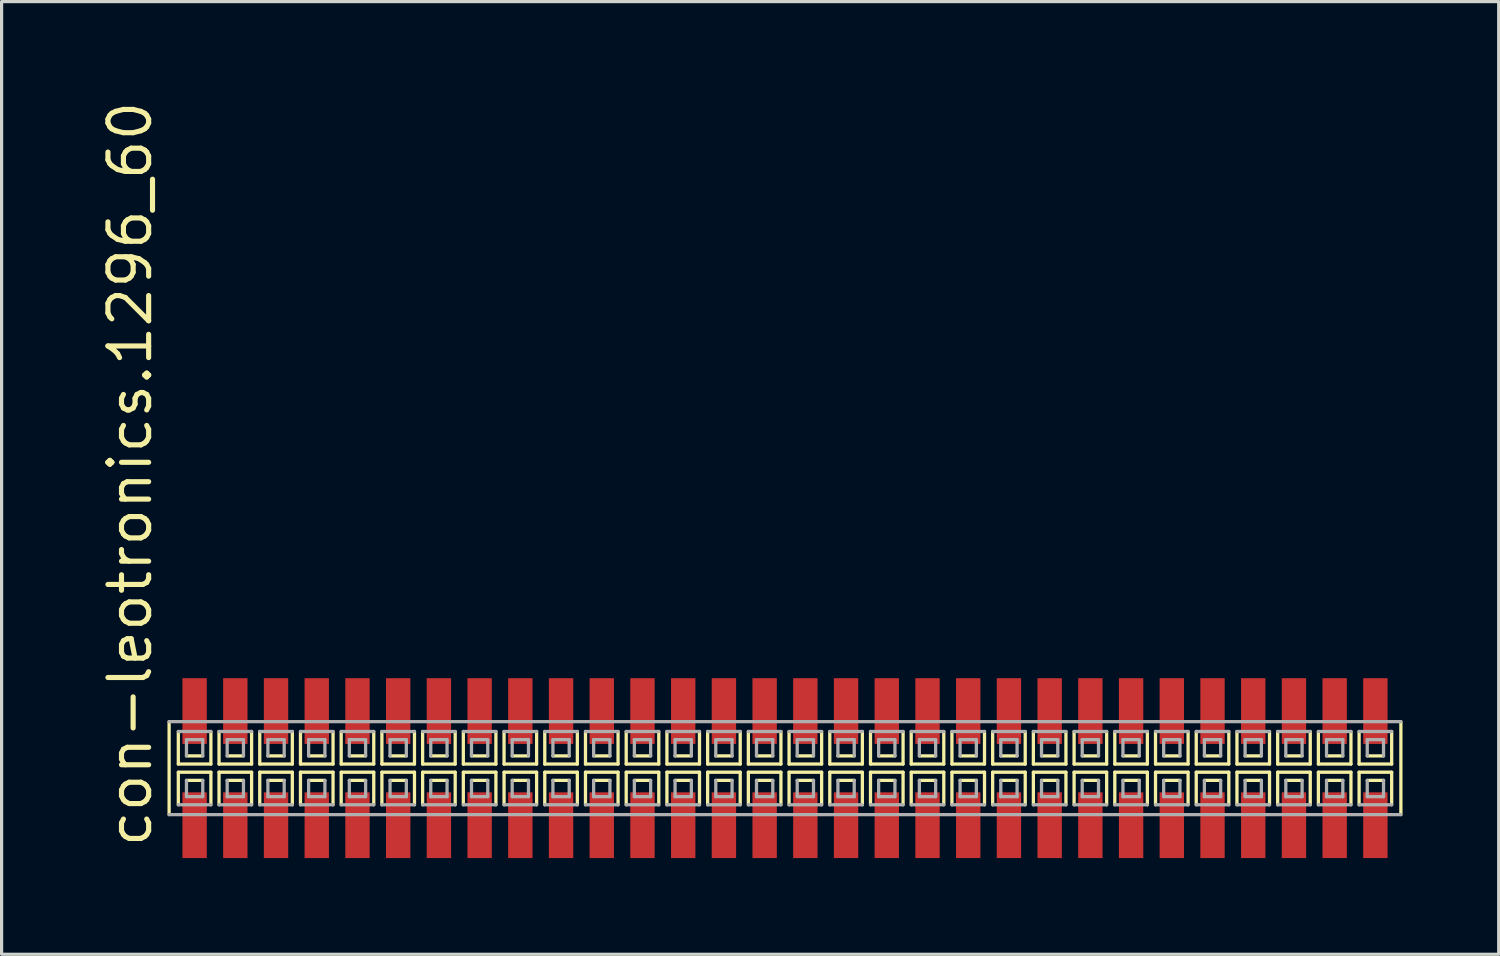
<source format=kicad_pcb>
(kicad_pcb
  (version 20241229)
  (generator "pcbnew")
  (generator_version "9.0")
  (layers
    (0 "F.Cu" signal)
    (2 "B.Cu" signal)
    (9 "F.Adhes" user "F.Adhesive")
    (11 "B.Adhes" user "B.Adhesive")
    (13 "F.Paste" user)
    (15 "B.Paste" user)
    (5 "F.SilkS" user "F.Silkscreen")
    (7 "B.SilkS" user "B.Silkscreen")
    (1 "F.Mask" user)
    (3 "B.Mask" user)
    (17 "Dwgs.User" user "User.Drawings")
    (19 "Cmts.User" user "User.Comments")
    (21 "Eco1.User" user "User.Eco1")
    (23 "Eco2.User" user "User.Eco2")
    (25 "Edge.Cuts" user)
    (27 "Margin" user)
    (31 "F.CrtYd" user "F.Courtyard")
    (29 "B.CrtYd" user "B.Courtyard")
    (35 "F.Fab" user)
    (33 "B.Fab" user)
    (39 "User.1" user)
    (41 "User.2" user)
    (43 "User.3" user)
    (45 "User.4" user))
  (footprint "con-leotronics.1296_60"
    (layer "F.Cu")
    (at 21.435 20.909)
    (property "Reference" "con-leotronics.1296_60" (at -19.685 2.54 90) (layer "F.SilkS") (effects (font (size 1.27 1.27) (thickness 0.16)) (justify left bottom)))
    (attr smd)
    (fp_line (start -19.21 -1.45) (end -19.21 1.45) (stroke (width 0.102) (type default)) (layer "F.SilkS"))
    (fp_line (start -18.923 -1.143) (end -18.923 -0.127) (stroke (width 0.102) (type default)) (layer "F.SilkS"))
    (fp_line (start -18.923 -0.127) (end -17.907 -0.127) (stroke (width 0.102) (type default)) (layer "F.SilkS"))
    (fp_line (start -18.923 0.127) (end -18.923 1.143) (stroke (width 0.102) (type default)) (layer "F.SilkS"))
    (fp_line (start -18.669 -0.381) (end -18.161 -0.381) (stroke (width 0.102) (type default)) (layer "F.SilkS"))
    (fp_line (start -18.161 0.381) (end -18.669 0.381) (stroke (width 0.102) (type default)) (layer "F.SilkS"))
    (fp_line (start -17.907 -0.127) (end -17.907 -1.143) (stroke (width 0.102) (type default)) (layer "F.SilkS"))
    (fp_line (start -17.907 0.127) (end -18.923 0.127) (stroke (width 0.102) (type default)) (layer "F.SilkS"))
    (fp_line (start -17.907 1.143) (end -17.907 0.127) (stroke (width 0.102) (type default)) (layer "F.SilkS"))
    (fp_line (start -17.653 -1.143) (end -17.653 -0.127) (stroke (width 0.102) (type default)) (layer "F.SilkS"))
    (fp_line (start -17.653 -0.127) (end -16.637 -0.127) (stroke (width 0.102) (type default)) (layer "F.SilkS"))
    (fp_line (start -17.653 0.127) (end -17.653 1.143) (stroke (width 0.102) (type default)) (layer "F.SilkS"))
    (fp_line (start -17.399 -0.381) (end -16.891 -0.381) (stroke (width 0.102) (type default)) (layer "F.SilkS"))
    (fp_line (start -16.891 0.381) (end -17.399 0.381) (stroke (width 0.102) (type default)) (layer "F.SilkS"))
    (fp_line (start -16.637 -0.127) (end -16.637 -1.143) (stroke (width 0.102) (type default)) (layer "F.SilkS"))
    (fp_line (start -16.637 0.127) (end -17.653 0.127) (stroke (width 0.102) (type default)) (layer "F.SilkS"))
    (fp_line (start -16.637 1.143) (end -16.637 0.127) (stroke (width 0.102) (type default)) (layer "F.SilkS"))
    (fp_line (start -16.383 -1.143) (end -16.383 -0.127) (stroke (width 0.102) (type default)) (layer "F.SilkS"))
    (fp_line (start -16.383 -0.127) (end -15.367 -0.127) (stroke (width 0.102) (type default)) (layer "F.SilkS"))
    (fp_line (start -16.383 0.127) (end -16.383 1.143) (stroke (width 0.102) (type default)) (layer "F.SilkS"))
    (fp_line (start -16.129 -0.381) (end -15.621 -0.381) (stroke (width 0.102) (type default)) (layer "F.SilkS"))
    (fp_line (start -15.621 0.381) (end -16.129 0.381) (stroke (width 0.102) (type default)) (layer "F.SilkS"))
    (fp_line (start -15.367 -0.127) (end -15.367 -1.143) (stroke (width 0.102) (type default)) (layer "F.SilkS"))
    (fp_line (start -15.367 0.127) (end -16.383 0.127) (stroke (width 0.102) (type default)) (layer "F.SilkS"))
    (fp_line (start -15.367 1.143) (end -15.367 0.127) (stroke (width 0.102) (type default)) (layer "F.SilkS"))
    (fp_line (start -15.113 -1.143) (end -15.113 -0.127) (stroke (width 0.102) (type default)) (layer "F.SilkS"))
    (fp_line (start -15.113 -0.127) (end -14.097 -0.127) (stroke (width 0.102) (type default)) (layer "F.SilkS"))
    (fp_line (start -15.113 0.127) (end -15.113 1.143) (stroke (width 0.102) (type default)) (layer "F.SilkS"))
    (fp_line (start -14.859 -0.381) (end -14.351 -0.381) (stroke (width 0.102) (type default)) (layer "F.SilkS"))
    (fp_line (start -14.351 0.381) (end -14.859 0.381) (stroke (width 0.102) (type default)) (layer "F.SilkS"))
    (fp_line (start -14.097 -0.127) (end -14.097 -1.143) (stroke (width 0.102) (type default)) (layer "F.SilkS"))
    (fp_line (start -14.097 0.127) (end -15.113 0.127) (stroke (width 0.102) (type default)) (layer "F.SilkS"))
    (fp_line (start -14.097 1.143) (end -14.097 0.127) (stroke (width 0.102) (type default)) (layer "F.SilkS"))
    (fp_line (start -13.843 -1.143) (end -13.843 -0.127) (stroke (width 0.102) (type default)) (layer "F.SilkS"))
    (fp_line (start -13.843 -0.127) (end -12.827 -0.127) (stroke (width 0.102) (type default)) (layer "F.SilkS"))
    (fp_line (start -13.843 0.127) (end -13.843 1.143) (stroke (width 0.102) (type default)) (layer "F.SilkS"))
    (fp_line (start -13.589 -0.381) (end -13.081 -0.381) (stroke (width 0.102) (type default)) (layer "F.SilkS"))
    (fp_line (start -13.081 0.381) (end -13.589 0.381) (stroke (width 0.102) (type default)) (layer "F.SilkS"))
    (fp_line (start -12.827 -0.127) (end -12.827 -1.143) (stroke (width 0.102) (type default)) (layer "F.SilkS"))
    (fp_line (start -12.827 0.127) (end -13.843 0.127) (stroke (width 0.102) (type default)) (layer "F.SilkS"))
    (fp_line (start -12.827 1.143) (end -12.827 0.127) (stroke (width 0.102) (type default)) (layer "F.SilkS"))
    (fp_line (start -12.573 -1.143) (end -12.573 -0.127) (stroke (width 0.102) (type default)) (layer "F.SilkS"))
    (fp_line (start -12.573 -0.127) (end -11.557 -0.127) (stroke (width 0.102) (type default)) (layer "F.SilkS"))
    (fp_line (start -12.573 0.127) (end -12.573 1.143) (stroke (width 0.102) (type default)) (layer "F.SilkS"))
    (fp_line (start -12.319 -0.381) (end -11.811 -0.381) (stroke (width 0.102) (type default)) (layer "F.SilkS"))
    (fp_line (start -11.811 0.381) (end -12.319 0.381) (stroke (width 0.102) (type default)) (layer "F.SilkS"))
    (fp_line (start -11.557 -0.127) (end -11.557 -1.143) (stroke (width 0.102) (type default)) (layer "F.SilkS"))
    (fp_line (start -11.557 0.127) (end -12.573 0.127) (stroke (width 0.102) (type default)) (layer "F.SilkS"))
    (fp_line (start -11.557 1.143) (end -11.557 0.127) (stroke (width 0.102) (type default)) (layer "F.SilkS"))
    (fp_line (start -11.303 -1.143) (end -11.303 -0.127) (stroke (width 0.102) (type default)) (layer "F.SilkS"))
    (fp_line (start -11.303 -0.127) (end -10.287 -0.127) (stroke (width 0.102) (type default)) (layer "F.SilkS"))
    (fp_line (start -11.303 0.127) (end -11.303 1.143) (stroke (width 0.102) (type default)) (layer "F.SilkS"))
    (fp_line (start -11.049 -0.381) (end -10.541 -0.381) (stroke (width 0.102) (type default)) (layer "F.SilkS"))
    (fp_line (start -10.541 0.381) (end -11.049 0.381) (stroke (width 0.102) (type default)) (layer "F.SilkS"))
    (fp_line (start -10.287 -0.127) (end -10.287 -1.143) (stroke (width 0.102) (type default)) (layer "F.SilkS"))
    (fp_line (start -10.287 0.127) (end -11.303 0.127) (stroke (width 0.102) (type default)) (layer "F.SilkS"))
    (fp_line (start -10.287 1.143) (end -10.287 0.127) (stroke (width 0.102) (type default)) (layer "F.SilkS"))
    (fp_line (start -10.033 -1.143) (end -10.033 -0.127) (stroke (width 0.102) (type default)) (layer "F.SilkS"))
    (fp_line (start -10.033 -0.127) (end -9.017 -0.127) (stroke (width 0.102) (type default)) (layer "F.SilkS"))
    (fp_line (start -10.033 0.127) (end -10.033 1.143) (stroke (width 0.102) (type default)) (layer "F.SilkS"))
    (fp_line (start -9.779 -0.381) (end -9.271 -0.381) (stroke (width 0.102) (type default)) (layer "F.SilkS"))
    (fp_line (start -9.271 0.381) (end -9.779 0.381) (stroke (width 0.102) (type default)) (layer "F.SilkS"))
    (fp_line (start -9.017 -0.127) (end -9.017 -1.143) (stroke (width 0.102) (type default)) (layer "F.SilkS"))
    (fp_line (start -9.017 0.127) (end -10.033 0.127) (stroke (width 0.102) (type default)) (layer "F.SilkS"))
    (fp_line (start -9.017 1.143) (end -9.017 0.127) (stroke (width 0.102) (type default)) (layer "F.SilkS"))
    (fp_line (start -8.763 -1.143) (end -8.763 -0.127) (stroke (width 0.102) (type default)) (layer "F.SilkS"))
    (fp_line (start -8.763 -0.127) (end -7.747 -0.127) (stroke (width 0.102) (type default)) (layer "F.SilkS"))
    (fp_line (start -8.763 0.127) (end -8.763 1.143) (stroke (width 0.102) (type default)) (layer "F.SilkS"))
    (fp_line (start -8.509 -0.381) (end -8.001 -0.381) (stroke (width 0.102) (type default)) (layer "F.SilkS"))
    (fp_line (start -8.001 0.381) (end -8.509 0.381) (stroke (width 0.102) (type default)) (layer "F.SilkS"))
    (fp_line (start -7.747 -0.127) (end -7.747 -1.143) (stroke (width 0.102) (type default)) (layer "F.SilkS"))
    (fp_line (start -7.747 0.127) (end -8.763 0.127) (stroke (width 0.102) (type default)) (layer "F.SilkS"))
    (fp_line (start -7.747 1.143) (end -7.747 0.127) (stroke (width 0.102) (type default)) (layer "F.SilkS"))
    (fp_line (start -7.493 -1.143) (end -7.493 -0.127) (stroke (width 0.102) (type default)) (layer "F.SilkS"))
    (fp_line (start -7.493 -0.127) (end -6.477 -0.127) (stroke (width 0.102) (type default)) (layer "F.SilkS"))
    (fp_line (start -7.493 0.127) (end -7.493 1.143) (stroke (width 0.102) (type default)) (layer "F.SilkS"))
    (fp_line (start -7.239 -0.381) (end -6.731 -0.381) (stroke (width 0.102) (type default)) (layer "F.SilkS"))
    (fp_line (start -6.731 0.381) (end -7.239 0.381) (stroke (width 0.102) (type default)) (layer "F.SilkS"))
    (fp_line (start -6.477 -0.127) (end -6.477 -1.143) (stroke (width 0.102) (type default)) (layer "F.SilkS"))
    (fp_line (start -6.477 0.127) (end -7.493 0.127) (stroke (width 0.102) (type default)) (layer "F.SilkS"))
    (fp_line (start -6.477 1.143) (end -6.477 0.127) (stroke (width 0.102) (type default)) (layer "F.SilkS"))
    (fp_line (start -6.223 -1.143) (end -6.223 -0.127) (stroke (width 0.102) (type default)) (layer "F.SilkS"))
    (fp_line (start -6.223 -0.127) (end -5.207 -0.127) (stroke (width 0.102) (type default)) (layer "F.SilkS"))
    (fp_line (start -6.223 0.127) (end -6.223 1.143) (stroke (width 0.102) (type default)) (layer "F.SilkS"))
    (fp_line (start -5.969 -0.381) (end -5.461 -0.381) (stroke (width 0.102) (type default)) (layer "F.SilkS"))
    (fp_line (start -5.461 0.381) (end -5.969 0.381) (stroke (width 0.102) (type default)) (layer "F.SilkS"))
    (fp_line (start -5.207 -0.127) (end -5.207 -1.143) (stroke (width 0.102) (type default)) (layer "F.SilkS"))
    (fp_line (start -5.207 0.127) (end -6.223 0.127) (stroke (width 0.102) (type default)) (layer "F.SilkS"))
    (fp_line (start -5.207 1.143) (end -5.207 0.127) (stroke (width 0.102) (type default)) (layer "F.SilkS"))
    (fp_line (start -4.953 -1.143) (end -4.953 -0.127) (stroke (width 0.102) (type default)) (layer "F.SilkS"))
    (fp_line (start -4.953 -0.127) (end -3.937 -0.127) (stroke (width 0.102) (type default)) (layer "F.SilkS"))
    (fp_line (start -4.953 0.127) (end -4.953 1.143) (stroke (width 0.102) (type default)) (layer "F.SilkS"))
    (fp_line (start -4.699 -0.381) (end -4.191 -0.381) (stroke (width 0.102) (type default)) (layer "F.SilkS"))
    (fp_line (start -4.191 0.381) (end -4.699 0.381) (stroke (width 0.102) (type default)) (layer "F.SilkS"))
    (fp_line (start -3.937 -0.127) (end -3.937 -1.143) (stroke (width 0.102) (type default)) (layer "F.SilkS"))
    (fp_line (start -3.937 0.127) (end -4.953 0.127) (stroke (width 0.102) (type default)) (layer "F.SilkS"))
    (fp_line (start -3.937 1.143) (end -3.937 0.127) (stroke (width 0.102) (type default)) (layer "F.SilkS"))
    (fp_line (start -3.683 -1.143) (end -3.683 -0.127) (stroke (width 0.102) (type default)) (layer "F.SilkS"))
    (fp_line (start -3.683 -0.127) (end -2.667 -0.127) (stroke (width 0.102) (type default)) (layer "F.SilkS"))
    (fp_line (start -3.683 0.127) (end -3.683 1.143) (stroke (width 0.102) (type default)) (layer "F.SilkS"))
    (fp_line (start -3.429 -0.381) (end -2.921 -0.381) (stroke (width 0.102) (type default)) (layer "F.SilkS"))
    (fp_line (start -2.921 0.381) (end -3.429 0.381) (stroke (width 0.102) (type default)) (layer "F.SilkS"))
    (fp_line (start -2.667 -0.127) (end -2.667 -1.143) (stroke (width 0.102) (type default)) (layer "F.SilkS"))
    (fp_line (start -2.667 0.127) (end -3.683 0.127) (stroke (width 0.102) (type default)) (layer "F.SilkS"))
    (fp_line (start -2.667 1.143) (end -2.667 0.127) (stroke (width 0.102) (type default)) (layer "F.SilkS"))
    (fp_line (start -2.413 -1.143) (end -2.413 -0.127) (stroke (width 0.102) (type default)) (layer "F.SilkS"))
    (fp_line (start -2.413 -0.127) (end -1.397 -0.127) (stroke (width 0.102) (type default)) (layer "F.SilkS"))
    (fp_line (start -2.413 0.127) (end -2.413 1.143) (stroke (width 0.102) (type default)) (layer "F.SilkS"))
    (fp_line (start -2.159 -0.381) (end -1.651 -0.381) (stroke (width 0.102) (type default)) (layer "F.SilkS"))
    (fp_line (start -1.651 0.381) (end -2.159 0.381) (stroke (width 0.102) (type default)) (layer "F.SilkS"))
    (fp_line (start -1.397 -0.127) (end -1.397 -1.143) (stroke (width 0.102) (type default)) (layer "F.SilkS"))
    (fp_line (start -1.397 0.127) (end -2.413 0.127) (stroke (width 0.102) (type default)) (layer "F.SilkS"))
    (fp_line (start -1.397 1.143) (end -1.397 0.127) (stroke (width 0.102) (type default)) (layer "F.SilkS"))
    (fp_line (start -1.143 -1.143) (end -1.143 -0.127) (stroke (width 0.102) (type default)) (layer "F.SilkS"))
    (fp_line (start -1.143 -0.127) (end -0.127 -0.127) (stroke (width 0.102) (type default)) (layer "F.SilkS"))
    (fp_line (start -1.143 0.127) (end -1.143 1.143) (stroke (width 0.102) (type default)) (layer "F.SilkS"))
    (fp_line (start -0.889 -0.381) (end -0.381 -0.381) (stroke (width 0.102) (type default)) (layer "F.SilkS"))
    (fp_line (start -0.381 0.381) (end -0.889 0.381) (stroke (width 0.102) (type default)) (layer "F.SilkS"))
    (fp_line (start -0.127 -0.127) (end -0.127 -1.143) (stroke (width 0.102) (type default)) (layer "F.SilkS"))
    (fp_line (start -0.127 0.127) (end -1.143 0.127) (stroke (width 0.102) (type default)) (layer "F.SilkS"))
    (fp_line (start -0.127 1.143) (end -0.127 0.127) (stroke (width 0.102) (type default)) (layer "F.SilkS"))
    (fp_line (start 0.127 -1.143) (end 0.127 -0.127) (stroke (width 0.102) (type default)) (layer "F.SilkS"))
    (fp_line (start 0.127 -0.127) (end 1.143 -0.127) (stroke (width 0.102) (type default)) (layer "F.SilkS"))
    (fp_line (start 0.127 0.127) (end 0.127 1.143) (stroke (width 0.102) (type default)) (layer "F.SilkS"))
    (fp_line (start 0.381 -0.381) (end 0.889 -0.381) (stroke (width 0.102) (type default)) (layer "F.SilkS"))
    (fp_line (start 0.889 0.381) (end 0.381 0.381) (stroke (width 0.102) (type default)) (layer "F.SilkS"))
    (fp_line (start 1.143 -0.127) (end 1.143 -1.143) (stroke (width 0.102) (type default)) (layer "F.SilkS"))
    (fp_line (start 1.143 0.127) (end 0.127 0.127) (stroke (width 0.102) (type default)) (layer "F.SilkS"))
    (fp_line (start 1.143 1.143) (end 1.143 0.127) (stroke (width 0.102) (type default)) (layer "F.SilkS"))
    (fp_line (start 1.397 -1.143) (end 1.397 -0.127) (stroke (width 0.102) (type default)) (layer "F.SilkS"))
    (fp_line (start 1.397 -0.127) (end 2.413 -0.127) (stroke (width 0.102) (type default)) (layer "F.SilkS"))
    (fp_line (start 1.397 0.127) (end 1.397 1.143) (stroke (width 0.102) (type default)) (layer "F.SilkS"))
    (fp_line (start 1.651 -0.381) (end 2.159 -0.381) (stroke (width 0.102) (type default)) (layer "F.SilkS"))
    (fp_line (start 2.159 0.381) (end 1.651 0.381) (stroke (width 0.102) (type default)) (layer "F.SilkS"))
    (fp_line (start 2.413 -0.127) (end 2.413 -1.143) (stroke (width 0.102) (type default)) (layer "F.SilkS"))
    (fp_line (start 2.413 0.127) (end 1.397 0.127) (stroke (width 0.102) (type default)) (layer "F.SilkS"))
    (fp_line (start 2.413 1.143) (end 2.413 0.127) (stroke (width 0.102) (type default)) (layer "F.SilkS"))
    (fp_line (start 2.667 -1.143) (end 2.667 -0.127) (stroke (width 0.102) (type default)) (layer "F.SilkS"))
    (fp_line (start 2.667 -0.127) (end 3.683 -0.127) (stroke (width 0.102) (type default)) (layer "F.SilkS"))
    (fp_line (start 2.667 0.127) (end 2.667 1.143) (stroke (width 0.102) (type default)) (layer "F.SilkS"))
    (fp_line (start 2.921 -0.381) (end 3.429 -0.381) (stroke (width 0.102) (type default)) (layer "F.SilkS"))
    (fp_line (start 3.429 0.381) (end 2.921 0.381) (stroke (width 0.102) (type default)) (layer "F.SilkS"))
    (fp_line (start 3.683 -0.127) (end 3.683 -1.143) (stroke (width 0.102) (type default)) (layer "F.SilkS"))
    (fp_line (start 3.683 0.127) (end 2.667 0.127) (stroke (width 0.102) (type default)) (layer "F.SilkS"))
    (fp_line (start 3.683 1.143) (end 3.683 0.127) (stroke (width 0.102) (type default)) (layer "F.SilkS"))
    (fp_line (start 3.937 -1.143) (end 3.937 -0.127) (stroke (width 0.102) (type default)) (layer "F.SilkS"))
    (fp_line (start 3.937 -0.127) (end 4.953 -0.127) (stroke (width 0.102) (type default)) (layer "F.SilkS"))
    (fp_line (start 3.937 0.127) (end 3.937 1.143) (stroke (width 0.102) (type default)) (layer "F.SilkS"))
    (fp_line (start 4.191 -0.381) (end 4.699 -0.381) (stroke (width 0.102) (type default)) (layer "F.SilkS"))
    (fp_line (start 4.699 0.381) (end 4.191 0.381) (stroke (width 0.102) (type default)) (layer "F.SilkS"))
    (fp_line (start 4.953 -0.127) (end 4.953 -1.143) (stroke (width 0.102) (type default)) (layer "F.SilkS"))
    (fp_line (start 4.953 0.127) (end 3.937 0.127) (stroke (width 0.102) (type default)) (layer "F.SilkS"))
    (fp_line (start 4.953 1.143) (end 4.953 0.127) (stroke (width 0.102) (type default)) (layer "F.SilkS"))
    (fp_line (start 5.207 -1.143) (end 5.207 -0.127) (stroke (width 0.102) (type default)) (layer "F.SilkS"))
    (fp_line (start 5.207 -0.127) (end 6.223 -0.127) (stroke (width 0.102) (type default)) (layer "F.SilkS"))
    (fp_line (start 5.207 0.127) (end 5.207 1.143) (stroke (width 0.102) (type default)) (layer "F.SilkS"))
    (fp_line (start 5.461 -0.381) (end 5.969 -0.381) (stroke (width 0.102) (type default)) (layer "F.SilkS"))
    (fp_line (start 5.969 0.381) (end 5.461 0.381) (stroke (width 0.102) (type default)) (layer "F.SilkS"))
    (fp_line (start 6.223 -0.127) (end 6.223 -1.143) (stroke (width 0.102) (type default)) (layer "F.SilkS"))
    (fp_line (start 6.223 0.127) (end 5.207 0.127) (stroke (width 0.102) (type default)) (layer "F.SilkS"))
    (fp_line (start 6.223 1.143) (end 6.223 0.127) (stroke (width 0.102) (type default)) (layer "F.SilkS"))
    (fp_line (start 6.477 -1.143) (end 6.477 -0.127) (stroke (width 0.102) (type default)) (layer "F.SilkS"))
    (fp_line (start 6.477 -0.127) (end 7.493 -0.127) (stroke (width 0.102) (type default)) (layer "F.SilkS"))
    (fp_line (start 6.477 0.127) (end 6.477 1.143) (stroke (width 0.102) (type default)) (layer "F.SilkS"))
    (fp_line (start 6.731 -0.381) (end 7.239 -0.381) (stroke (width 0.102) (type default)) (layer "F.SilkS"))
    (fp_line (start 7.239 0.381) (end 6.731 0.381) (stroke (width 0.102) (type default)) (layer "F.SilkS"))
    (fp_line (start 7.493 -0.127) (end 7.493 -1.143) (stroke (width 0.102) (type default)) (layer "F.SilkS"))
    (fp_line (start 7.493 0.127) (end 6.477 0.127) (stroke (width 0.102) (type default)) (layer "F.SilkS"))
    (fp_line (start 7.493 1.143) (end 7.493 0.127) (stroke (width 0.102) (type default)) (layer "F.SilkS"))
    (fp_line (start 7.747 -1.143) (end 7.747 -0.127) (stroke (width 0.102) (type default)) (layer "F.SilkS"))
    (fp_line (start 7.747 -0.127) (end 8.763 -0.127) (stroke (width 0.102) (type default)) (layer "F.SilkS"))
    (fp_line (start 7.747 0.127) (end 7.747 1.143) (stroke (width 0.102) (type default)) (layer "F.SilkS"))
    (fp_line (start 8.001 -0.381) (end 8.509 -0.381) (stroke (width 0.102) (type default)) (layer "F.SilkS"))
    (fp_line (start 8.509 0.381) (end 8.001 0.381) (stroke (width 0.102) (type default)) (layer "F.SilkS"))
    (fp_line (start 8.763 -0.127) (end 8.763 -1.143) (stroke (width 0.102) (type default)) (layer "F.SilkS"))
    (fp_line (start 8.763 0.127) (end 7.747 0.127) (stroke (width 0.102) (type default)) (layer "F.SilkS"))
    (fp_line (start 8.763 1.143) (end 8.763 0.127) (stroke (width 0.102) (type default)) (layer "F.SilkS"))
    (fp_line (start 9.017 -1.143) (end 9.017 -0.127) (stroke (width 0.102) (type default)) (layer "F.SilkS"))
    (fp_line (start 9.017 -0.127) (end 10.033 -0.127) (stroke (width 0.102) (type default)) (layer "F.SilkS"))
    (fp_line (start 9.017 0.127) (end 9.017 1.143) (stroke (width 0.102) (type default)) (layer "F.SilkS"))
    (fp_line (start 9.271 -0.381) (end 9.779 -0.381) (stroke (width 0.102) (type default)) (layer "F.SilkS"))
    (fp_line (start 9.779 0.381) (end 9.271 0.381) (stroke (width 0.102) (type default)) (layer "F.SilkS"))
    (fp_line (start 10.033 -0.127) (end 10.033 -1.143) (stroke (width 0.102) (type default)) (layer "F.SilkS"))
    (fp_line (start 10.033 0.127) (end 9.017 0.127) (stroke (width 0.102) (type default)) (layer "F.SilkS"))
    (fp_line (start 10.033 1.143) (end 10.033 0.127) (stroke (width 0.102) (type default)) (layer "F.SilkS"))
    (fp_line (start 10.287 -1.143) (end 10.287 -0.127) (stroke (width 0.102) (type default)) (layer "F.SilkS"))
    (fp_line (start 10.287 -0.127) (end 11.303 -0.127) (stroke (width 0.102) (type default)) (layer "F.SilkS"))
    (fp_line (start 10.287 0.127) (end 10.287 1.143) (stroke (width 0.102) (type default)) (layer "F.SilkS"))
    (fp_line (start 10.541 -0.381) (end 11.049 -0.381) (stroke (width 0.102) (type default)) (layer "F.SilkS"))
    (fp_line (start 11.049 0.381) (end 10.541 0.381) (stroke (width 0.102) (type default)) (layer "F.SilkS"))
    (fp_line (start 11.303 -0.127) (end 11.303 -1.143) (stroke (width 0.102) (type default)) (layer "F.SilkS"))
    (fp_line (start 11.303 0.127) (end 10.287 0.127) (stroke (width 0.102) (type default)) (layer "F.SilkS"))
    (fp_line (start 11.303 1.143) (end 11.303 0.127) (stroke (width 0.102) (type default)) (layer "F.SilkS"))
    (fp_line (start 11.557 -1.143) (end 11.557 -0.127) (stroke (width 0.102) (type default)) (layer "F.SilkS"))
    (fp_line (start 11.557 -0.127) (end 12.573 -0.127) (stroke (width 0.102) (type default)) (layer "F.SilkS"))
    (fp_line (start 11.557 0.127) (end 11.557 1.143) (stroke (width 0.102) (type default)) (layer "F.SilkS"))
    (fp_line (start 11.811 -0.381) (end 12.319 -0.381) (stroke (width 0.102) (type default)) (layer "F.SilkS"))
    (fp_line (start 12.319 0.381) (end 11.811 0.381) (stroke (width 0.102) (type default)) (layer "F.SilkS"))
    (fp_line (start 12.573 -0.127) (end 12.573 -1.143) (stroke (width 0.102) (type default)) (layer "F.SilkS"))
    (fp_line (start 12.573 0.127) (end 11.557 0.127) (stroke (width 0.102) (type default)) (layer "F.SilkS"))
    (fp_line (start 12.573 1.143) (end 12.573 0.127) (stroke (width 0.102) (type default)) (layer "F.SilkS"))
    (fp_line (start 12.827 -1.143) (end 12.827 -0.127) (stroke (width 0.102) (type default)) (layer "F.SilkS"))
    (fp_line (start 12.827 -0.127) (end 13.843 -0.127) (stroke (width 0.102) (type default)) (layer "F.SilkS"))
    (fp_line (start 12.827 0.127) (end 12.827 1.143) (stroke (width 0.102) (type default)) (layer "F.SilkS"))
    (fp_line (start 13.081 -0.381) (end 13.589 -0.381) (stroke (width 0.102) (type default)) (layer "F.SilkS"))
    (fp_line (start 13.589 0.381) (end 13.081 0.381) (stroke (width 0.102) (type default)) (layer "F.SilkS"))
    (fp_line (start 13.843 -0.127) (end 13.843 -1.143) (stroke (width 0.102) (type default)) (layer "F.SilkS"))
    (fp_line (start 13.843 0.127) (end 12.827 0.127) (stroke (width 0.102) (type default)) (layer "F.SilkS"))
    (fp_line (start 13.843 1.143) (end 13.843 0.127) (stroke (width 0.102) (type default)) (layer "F.SilkS"))
    (fp_line (start 14.097 -1.143) (end 14.097 -0.127) (stroke (width 0.102) (type default)) (layer "F.SilkS"))
    (fp_line (start 14.097 -0.127) (end 15.113 -0.127) (stroke (width 0.102) (type default)) (layer "F.SilkS"))
    (fp_line (start 14.097 0.127) (end 14.097 1.143) (stroke (width 0.102) (type default)) (layer "F.SilkS"))
    (fp_line (start 14.351 -0.381) (end 14.859 -0.381) (stroke (width 0.102) (type default)) (layer "F.SilkS"))
    (fp_line (start 14.859 0.381) (end 14.351 0.381) (stroke (width 0.102) (type default)) (layer "F.SilkS"))
    (fp_line (start 15.113 -0.127) (end 15.113 -1.143) (stroke (width 0.102) (type default)) (layer "F.SilkS"))
    (fp_line (start 15.113 0.127) (end 14.097 0.127) (stroke (width 0.102) (type default)) (layer "F.SilkS"))
    (fp_line (start 15.113 1.143) (end 15.113 0.127) (stroke (width 0.102) (type default)) (layer "F.SilkS"))
    (fp_line (start 15.367 -1.143) (end 15.367 -0.127) (stroke (width 0.102) (type default)) (layer "F.SilkS"))
    (fp_line (start 15.367 -0.127) (end 16.383 -0.127) (stroke (width 0.102) (type default)) (layer "F.SilkS"))
    (fp_line (start 15.367 0.127) (end 15.367 1.143) (stroke (width 0.102) (type default)) (layer "F.SilkS"))
    (fp_line (start 15.621 -0.381) (end 16.129 -0.381) (stroke (width 0.102) (type default)) (layer "F.SilkS"))
    (fp_line (start 16.129 0.381) (end 15.621 0.381) (stroke (width 0.102) (type default)) (layer "F.SilkS"))
    (fp_line (start 16.383 -0.127) (end 16.383 -1.143) (stroke (width 0.102) (type default)) (layer "F.SilkS"))
    (fp_line (start 16.383 0.127) (end 15.367 0.127) (stroke (width 0.102) (type default)) (layer "F.SilkS"))
    (fp_line (start 16.383 1.143) (end 16.383 0.127) (stroke (width 0.102) (type default)) (layer "F.SilkS"))
    (fp_line (start 16.637 -1.143) (end 16.637 -0.127) (stroke (width 0.102) (type default)) (layer "F.SilkS"))
    (fp_line (start 16.637 -0.127) (end 17.653 -0.127) (stroke (width 0.102) (type default)) (layer "F.SilkS"))
    (fp_line (start 16.637 0.127) (end 16.637 1.143) (stroke (width 0.102) (type default)) (layer "F.SilkS"))
    (fp_line (start 16.891 -0.381) (end 17.399 -0.381) (stroke (width 0.102) (type default)) (layer "F.SilkS"))
    (fp_line (start 17.399 0.381) (end 16.891 0.381) (stroke (width 0.102) (type default)) (layer "F.SilkS"))
    (fp_line (start 17.653 -0.127) (end 17.653 -1.143) (stroke (width 0.102) (type default)) (layer "F.SilkS"))
    (fp_line (start 17.653 0.127) (end 16.637 0.127) (stroke (width 0.102) (type default)) (layer "F.SilkS"))
    (fp_line (start 17.653 1.143) (end 17.653 0.127) (stroke (width 0.102) (type default)) (layer "F.SilkS"))
    (fp_line (start 17.907 -1.143) (end 17.907 -0.127) (stroke (width 0.102) (type default)) (layer "F.SilkS"))
    (fp_line (start 17.907 -0.127) (end 18.923 -0.127) (stroke (width 0.102) (type default)) (layer "F.SilkS"))
    (fp_line (start 17.907 0.127) (end 17.907 1.143) (stroke (width 0.102) (type default)) (layer "F.SilkS"))
    (fp_line (start 18.161 -0.381) (end 18.669 -0.381) (stroke (width 0.102) (type default)) (layer "F.SilkS"))
    (fp_line (start 18.669 0.381) (end 18.161 0.381) (stroke (width 0.102) (type default)) (layer "F.SilkS"))
    (fp_line (start 18.923 -0.127) (end 18.923 -1.143) (stroke (width 0.102) (type default)) (layer "F.SilkS"))
    (fp_line (start 18.923 0.127) (end 17.907 0.127) (stroke (width 0.102) (type default)) (layer "F.SilkS"))
    (fp_line (start 18.923 1.143) (end 18.923 0.127) (stroke (width 0.102) (type default)) (layer "F.SilkS"))
    (fp_line (start 19.21 1.45) (end 19.21 -1.45) (stroke (width 0.102) (type default)) (layer "F.SilkS"))
    (fp_line (start -19.21 1.45) (end 19.21 1.45) (stroke (width 0.102) (type default)) (layer "F.Fab"))
    (fp_line (start -18.923 1.143) (end -17.907 1.143) (stroke (width 0.102) (type default)) (layer "F.Fab"))
    (fp_line (start -18.669 -0.889) (end -18.669 -0.381) (stroke (width 0.102) (type default)) (layer "F.Fab"))
    (fp_line (start -18.669 0.381) (end -18.669 0.889) (stroke (width 0.102) (type default)) (layer "F.Fab"))
    (fp_line (start -18.669 0.889) (end -18.161 0.889) (stroke (width 0.102) (type default)) (layer "F.Fab"))
    (fp_line (start -18.161 -0.889) (end -18.669 -0.889) (stroke (width 0.102) (type default)) (layer "F.Fab"))
    (fp_line (start -18.161 -0.381) (end -18.161 -0.889) (stroke (width 0.102) (type default)) (layer "F.Fab"))
    (fp_line (start -18.161 0.889) (end -18.161 0.381) (stroke (width 0.102) (type default)) (layer "F.Fab"))
    (fp_line (start -17.907 -1.143) (end -18.923 -1.143) (stroke (width 0.102) (type default)) (layer "F.Fab"))
    (fp_line (start -17.653 1.143) (end -16.637 1.143) (stroke (width 0.102) (type default)) (layer "F.Fab"))
    (fp_line (start -17.399 -0.889) (end -17.399 -0.381) (stroke (width 0.102) (type default)) (layer "F.Fab"))
    (fp_line (start -17.399 0.381) (end -17.399 0.889) (stroke (width 0.102) (type default)) (layer "F.Fab"))
    (fp_line (start -17.399 0.889) (end -16.891 0.889) (stroke (width 0.102) (type default)) (layer "F.Fab"))
    (fp_line (start -16.891 -0.889) (end -17.399 -0.889) (stroke (width 0.102) (type default)) (layer "F.Fab"))
    (fp_line (start -16.891 -0.381) (end -16.891 -0.889) (stroke (width 0.102) (type default)) (layer "F.Fab"))
    (fp_line (start -16.891 0.889) (end -16.891 0.381) (stroke (width 0.102) (type default)) (layer "F.Fab"))
    (fp_line (start -16.637 -1.143) (end -17.653 -1.143) (stroke (width 0.102) (type default)) (layer "F.Fab"))
    (fp_line (start -16.383 1.143) (end -15.367 1.143) (stroke (width 0.102) (type default)) (layer "F.Fab"))
    (fp_line (start -16.129 -0.889) (end -16.129 -0.381) (stroke (width 0.102) (type default)) (layer "F.Fab"))
    (fp_line (start -16.129 0.381) (end -16.129 0.889) (stroke (width 0.102) (type default)) (layer "F.Fab"))
    (fp_line (start -16.129 0.889) (end -15.621 0.889) (stroke (width 0.102) (type default)) (layer "F.Fab"))
    (fp_line (start -15.621 -0.889) (end -16.129 -0.889) (stroke (width 0.102) (type default)) (layer "F.Fab"))
    (fp_line (start -15.621 -0.381) (end -15.621 -0.889) (stroke (width 0.102) (type default)) (layer "F.Fab"))
    (fp_line (start -15.621 0.889) (end -15.621 0.381) (stroke (width 0.102) (type default)) (layer "F.Fab"))
    (fp_line (start -15.367 -1.143) (end -16.383 -1.143) (stroke (width 0.102) (type default)) (layer "F.Fab"))
    (fp_line (start -15.113 1.143) (end -14.097 1.143) (stroke (width 0.102) (type default)) (layer "F.Fab"))
    (fp_line (start -14.859 -0.889) (end -14.859 -0.381) (stroke (width 0.102) (type default)) (layer "F.Fab"))
    (fp_line (start -14.859 0.381) (end -14.859 0.889) (stroke (width 0.102) (type default)) (layer "F.Fab"))
    (fp_line (start -14.859 0.889) (end -14.351 0.889) (stroke (width 0.102) (type default)) (layer "F.Fab"))
    (fp_line (start -14.351 -0.889) (end -14.859 -0.889) (stroke (width 0.102) (type default)) (layer "F.Fab"))
    (fp_line (start -14.351 -0.381) (end -14.351 -0.889) (stroke (width 0.102) (type default)) (layer "F.Fab"))
    (fp_line (start -14.351 0.889) (end -14.351 0.381) (stroke (width 0.102) (type default)) (layer "F.Fab"))
    (fp_line (start -14.097 -1.143) (end -15.113 -1.143) (stroke (width 0.102) (type default)) (layer "F.Fab"))
    (fp_line (start -13.843 1.143) (end -12.827 1.143) (stroke (width 0.102) (type default)) (layer "F.Fab"))
    (fp_line (start -13.589 -0.889) (end -13.589 -0.381) (stroke (width 0.102) (type default)) (layer "F.Fab"))
    (fp_line (start -13.589 0.381) (end -13.589 0.889) (stroke (width 0.102) (type default)) (layer "F.Fab"))
    (fp_line (start -13.589 0.889) (end -13.081 0.889) (stroke (width 0.102) (type default)) (layer "F.Fab"))
    (fp_line (start -13.081 -0.889) (end -13.589 -0.889) (stroke (width 0.102) (type default)) (layer "F.Fab"))
    (fp_line (start -13.081 -0.381) (end -13.081 -0.889) (stroke (width 0.102) (type default)) (layer "F.Fab"))
    (fp_line (start -13.081 0.889) (end -13.081 0.381) (stroke (width 0.102) (type default)) (layer "F.Fab"))
    (fp_line (start -12.827 -1.143) (end -13.843 -1.143) (stroke (width 0.102) (type default)) (layer "F.Fab"))
    (fp_line (start -12.573 1.143) (end -11.557 1.143) (stroke (width 0.102) (type default)) (layer "F.Fab"))
    (fp_line (start -12.319 -0.889) (end -12.319 -0.381) (stroke (width 0.102) (type default)) (layer "F.Fab"))
    (fp_line (start -12.319 0.381) (end -12.319 0.889) (stroke (width 0.102) (type default)) (layer "F.Fab"))
    (fp_line (start -12.319 0.889) (end -11.811 0.889) (stroke (width 0.102) (type default)) (layer "F.Fab"))
    (fp_line (start -11.811 -0.889) (end -12.319 -0.889) (stroke (width 0.102) (type default)) (layer "F.Fab"))
    (fp_line (start -11.811 -0.381) (end -11.811 -0.889) (stroke (width 0.102) (type default)) (layer "F.Fab"))
    (fp_line (start -11.811 0.889) (end -11.811 0.381) (stroke (width 0.102) (type default)) (layer "F.Fab"))
    (fp_line (start -11.557 -1.143) (end -12.573 -1.143) (stroke (width 0.102) (type default)) (layer "F.Fab"))
    (fp_line (start -11.303 1.143) (end -10.287 1.143) (stroke (width 0.102) (type default)) (layer "F.Fab"))
    (fp_line (start -11.049 -0.889) (end -11.049 -0.381) (stroke (width 0.102) (type default)) (layer "F.Fab"))
    (fp_line (start -11.049 0.381) (end -11.049 0.889) (stroke (width 0.102) (type default)) (layer "F.Fab"))
    (fp_line (start -11.049 0.889) (end -10.541 0.889) (stroke (width 0.102) (type default)) (layer "F.Fab"))
    (fp_line (start -10.541 -0.889) (end -11.049 -0.889) (stroke (width 0.102) (type default)) (layer "F.Fab"))
    (fp_line (start -10.541 -0.381) (end -10.541 -0.889) (stroke (width 0.102) (type default)) (layer "F.Fab"))
    (fp_line (start -10.541 0.889) (end -10.541 0.381) (stroke (width 0.102) (type default)) (layer "F.Fab"))
    (fp_line (start -10.287 -1.143) (end -11.303 -1.143) (stroke (width 0.102) (type default)) (layer "F.Fab"))
    (fp_line (start -10.033 1.143) (end -9.017 1.143) (stroke (width 0.102) (type default)) (layer "F.Fab"))
    (fp_line (start -9.779 -0.889) (end -9.779 -0.381) (stroke (width 0.102) (type default)) (layer "F.Fab"))
    (fp_line (start -9.779 0.381) (end -9.779 0.889) (stroke (width 0.102) (type default)) (layer "F.Fab"))
    (fp_line (start -9.779 0.889) (end -9.271 0.889) (stroke (width 0.102) (type default)) (layer "F.Fab"))
    (fp_line (start -9.271 -0.889) (end -9.779 -0.889) (stroke (width 0.102) (type default)) (layer "F.Fab"))
    (fp_line (start -9.271 -0.381) (end -9.271 -0.889) (stroke (width 0.102) (type default)) (layer "F.Fab"))
    (fp_line (start -9.271 0.889) (end -9.271 0.381) (stroke (width 0.102) (type default)) (layer "F.Fab"))
    (fp_line (start -9.017 -1.143) (end -10.033 -1.143) (stroke (width 0.102) (type default)) (layer "F.Fab"))
    (fp_line (start -8.763 1.143) (end -7.747 1.143) (stroke (width 0.102) (type default)) (layer "F.Fab"))
    (fp_line (start -8.509 -0.889) (end -8.509 -0.381) (stroke (width 0.102) (type default)) (layer "F.Fab"))
    (fp_line (start -8.509 0.381) (end -8.509 0.889) (stroke (width 0.102) (type default)) (layer "F.Fab"))
    (fp_line (start -8.509 0.889) (end -8.001 0.889) (stroke (width 0.102) (type default)) (layer "F.Fab"))
    (fp_line (start -8.001 -0.889) (end -8.509 -0.889) (stroke (width 0.102) (type default)) (layer "F.Fab"))
    (fp_line (start -8.001 -0.381) (end -8.001 -0.889) (stroke (width 0.102) (type default)) (layer "F.Fab"))
    (fp_line (start -8.001 0.889) (end -8.001 0.381) (stroke (width 0.102) (type default)) (layer "F.Fab"))
    (fp_line (start -7.747 -1.143) (end -8.763 -1.143) (stroke (width 0.102) (type default)) (layer "F.Fab"))
    (fp_line (start -7.493 1.143) (end -6.477 1.143) (stroke (width 0.102) (type default)) (layer "F.Fab"))
    (fp_line (start -7.239 -0.889) (end -7.239 -0.381) (stroke (width 0.102) (type default)) (layer "F.Fab"))
    (fp_line (start -7.239 0.381) (end -7.239 0.889) (stroke (width 0.102) (type default)) (layer "F.Fab"))
    (fp_line (start -7.239 0.889) (end -6.731 0.889) (stroke (width 0.102) (type default)) (layer "F.Fab"))
    (fp_line (start -6.731 -0.889) (end -7.239 -0.889) (stroke (width 0.102) (type default)) (layer "F.Fab"))
    (fp_line (start -6.731 -0.381) (end -6.731 -0.889) (stroke (width 0.102) (type default)) (layer "F.Fab"))
    (fp_line (start -6.731 0.889) (end -6.731 0.381) (stroke (width 0.102) (type default)) (layer "F.Fab"))
    (fp_line (start -6.477 -1.143) (end -7.493 -1.143) (stroke (width 0.102) (type default)) (layer "F.Fab"))
    (fp_line (start -6.223 1.143) (end -5.207 1.143) (stroke (width 0.102) (type default)) (layer "F.Fab"))
    (fp_line (start -5.969 -0.889) (end -5.969 -0.381) (stroke (width 0.102) (type default)) (layer "F.Fab"))
    (fp_line (start -5.969 0.381) (end -5.969 0.889) (stroke (width 0.102) (type default)) (layer "F.Fab"))
    (fp_line (start -5.969 0.889) (end -5.461 0.889) (stroke (width 0.102) (type default)) (layer "F.Fab"))
    (fp_line (start -5.461 -0.889) (end -5.969 -0.889) (stroke (width 0.102) (type default)) (layer "F.Fab"))
    (fp_line (start -5.461 -0.381) (end -5.461 -0.889) (stroke (width 0.102) (type default)) (layer "F.Fab"))
    (fp_line (start -5.461 0.889) (end -5.461 0.381) (stroke (width 0.102) (type default)) (layer "F.Fab"))
    (fp_line (start -5.207 -1.143) (end -6.223 -1.143) (stroke (width 0.102) (type default)) (layer "F.Fab"))
    (fp_line (start -4.953 1.143) (end -3.937 1.143) (stroke (width 0.102) (type default)) (layer "F.Fab"))
    (fp_line (start -4.699 -0.889) (end -4.699 -0.381) (stroke (width 0.102) (type default)) (layer "F.Fab"))
    (fp_line (start -4.699 0.381) (end -4.699 0.889) (stroke (width 0.102) (type default)) (layer "F.Fab"))
    (fp_line (start -4.699 0.889) (end -4.191 0.889) (stroke (width 0.102) (type default)) (layer "F.Fab"))
    (fp_line (start -4.191 -0.889) (end -4.699 -0.889) (stroke (width 0.102) (type default)) (layer "F.Fab"))
    (fp_line (start -4.191 -0.381) (end -4.191 -0.889) (stroke (width 0.102) (type default)) (layer "F.Fab"))
    (fp_line (start -4.191 0.889) (end -4.191 0.381) (stroke (width 0.102) (type default)) (layer "F.Fab"))
    (fp_line (start -3.937 -1.143) (end -4.953 -1.143) (stroke (width 0.102) (type default)) (layer "F.Fab"))
    (fp_line (start -3.683 1.143) (end -2.667 1.143) (stroke (width 0.102) (type default)) (layer "F.Fab"))
    (fp_line (start -3.429 -0.889) (end -3.429 -0.381) (stroke (width 0.102) (type default)) (layer "F.Fab"))
    (fp_line (start -3.429 0.381) (end -3.429 0.889) (stroke (width 0.102) (type default)) (layer "F.Fab"))
    (fp_line (start -3.429 0.889) (end -2.921 0.889) (stroke (width 0.102) (type default)) (layer "F.Fab"))
    (fp_line (start -2.921 -0.889) (end -3.429 -0.889) (stroke (width 0.102) (type default)) (layer "F.Fab"))
    (fp_line (start -2.921 -0.381) (end -2.921 -0.889) (stroke (width 0.102) (type default)) (layer "F.Fab"))
    (fp_line (start -2.921 0.889) (end -2.921 0.381) (stroke (width 0.102) (type default)) (layer "F.Fab"))
    (fp_line (start -2.667 -1.143) (end -3.683 -1.143) (stroke (width 0.102) (type default)) (layer "F.Fab"))
    (fp_line (start -2.413 1.143) (end -1.397 1.143) (stroke (width 0.102) (type default)) (layer "F.Fab"))
    (fp_line (start -2.159 -0.889) (end -2.159 -0.381) (stroke (width 0.102) (type default)) (layer "F.Fab"))
    (fp_line (start -2.159 0.381) (end -2.159 0.889) (stroke (width 0.102) (type default)) (layer "F.Fab"))
    (fp_line (start -2.159 0.889) (end -1.651 0.889) (stroke (width 0.102) (type default)) (layer "F.Fab"))
    (fp_line (start -1.651 -0.889) (end -2.159 -0.889) (stroke (width 0.102) (type default)) (layer "F.Fab"))
    (fp_line (start -1.651 -0.381) (end -1.651 -0.889) (stroke (width 0.102) (type default)) (layer "F.Fab"))
    (fp_line (start -1.651 0.889) (end -1.651 0.381) (stroke (width 0.102) (type default)) (layer "F.Fab"))
    (fp_line (start -1.397 -1.143) (end -2.413 -1.143) (stroke (width 0.102) (type default)) (layer "F.Fab"))
    (fp_line (start -1.143 1.143) (end -0.127 1.143) (stroke (width 0.102) (type default)) (layer "F.Fab"))
    (fp_line (start -0.889 -0.889) (end -0.889 -0.381) (stroke (width 0.102) (type default)) (layer "F.Fab"))
    (fp_line (start -0.889 0.381) (end -0.889 0.889) (stroke (width 0.102) (type default)) (layer "F.Fab"))
    (fp_line (start -0.889 0.889) (end -0.381 0.889) (stroke (width 0.102) (type default)) (layer "F.Fab"))
    (fp_line (start -0.381 -0.889) (end -0.889 -0.889) (stroke (width 0.102) (type default)) (layer "F.Fab"))
    (fp_line (start -0.381 -0.381) (end -0.381 -0.889) (stroke (width 0.102) (type default)) (layer "F.Fab"))
    (fp_line (start -0.381 0.889) (end -0.381 0.381) (stroke (width 0.102) (type default)) (layer "F.Fab"))
    (fp_line (start -0.127 -1.143) (end -1.143 -1.143) (stroke (width 0.102) (type default)) (layer "F.Fab"))
    (fp_line (start 0.127 1.143) (end 1.143 1.143) (stroke (width 0.102) (type default)) (layer "F.Fab"))
    (fp_line (start 0.381 -0.889) (end 0.381 -0.381) (stroke (width 0.102) (type default)) (layer "F.Fab"))
    (fp_line (start 0.381 0.381) (end 0.381 0.889) (stroke (width 0.102) (type default)) (layer "F.Fab"))
    (fp_line (start 0.381 0.889) (end 0.889 0.889) (stroke (width 0.102) (type default)) (layer "F.Fab"))
    (fp_line (start 0.889 -0.889) (end 0.381 -0.889) (stroke (width 0.102) (type default)) (layer "F.Fab"))
    (fp_line (start 0.889 -0.381) (end 0.889 -0.889) (stroke (width 0.102) (type default)) (layer "F.Fab"))
    (fp_line (start 0.889 0.889) (end 0.889 0.381) (stroke (width 0.102) (type default)) (layer "F.Fab"))
    (fp_line (start 1.143 -1.143) (end 0.127 -1.143) (stroke (width 0.102) (type default)) (layer "F.Fab"))
    (fp_line (start 1.397 1.143) (end 2.413 1.143) (stroke (width 0.102) (type default)) (layer "F.Fab"))
    (fp_line (start 1.651 -0.889) (end 1.651 -0.381) (stroke (width 0.102) (type default)) (layer "F.Fab"))
    (fp_line (start 1.651 0.381) (end 1.651 0.889) (stroke (width 0.102) (type default)) (layer "F.Fab"))
    (fp_line (start 1.651 0.889) (end 2.159 0.889) (stroke (width 0.102) (type default)) (layer "F.Fab"))
    (fp_line (start 2.159 -0.889) (end 1.651 -0.889) (stroke (width 0.102) (type default)) (layer "F.Fab"))
    (fp_line (start 2.159 -0.381) (end 2.159 -0.889) (stroke (width 0.102) (type default)) (layer "F.Fab"))
    (fp_line (start 2.159 0.889) (end 2.159 0.381) (stroke (width 0.102) (type default)) (layer "F.Fab"))
    (fp_line (start 2.413 -1.143) (end 1.397 -1.143) (stroke (width 0.102) (type default)) (layer "F.Fab"))
    (fp_line (start 2.667 1.143) (end 3.683 1.143) (stroke (width 0.102) (type default)) (layer "F.Fab"))
    (fp_line (start 2.921 -0.889) (end 2.921 -0.381) (stroke (width 0.102) (type default)) (layer "F.Fab"))
    (fp_line (start 2.921 0.381) (end 2.921 0.889) (stroke (width 0.102) (type default)) (layer "F.Fab"))
    (fp_line (start 2.921 0.889) (end 3.429 0.889) (stroke (width 0.102) (type default)) (layer "F.Fab"))
    (fp_line (start 3.429 -0.889) (end 2.921 -0.889) (stroke (width 0.102) (type default)) (layer "F.Fab"))
    (fp_line (start 3.429 -0.381) (end 3.429 -0.889) (stroke (width 0.102) (type default)) (layer "F.Fab"))
    (fp_line (start 3.429 0.889) (end 3.429 0.381) (stroke (width 0.102) (type default)) (layer "F.Fab"))
    (fp_line (start 3.683 -1.143) (end 2.667 -1.143) (stroke (width 0.102) (type default)) (layer "F.Fab"))
    (fp_line (start 3.937 1.143) (end 4.953 1.143) (stroke (width 0.102) (type default)) (layer "F.Fab"))
    (fp_line (start 4.191 -0.889) (end 4.191 -0.381) (stroke (width 0.102) (type default)) (layer "F.Fab"))
    (fp_line (start 4.191 0.381) (end 4.191 0.889) (stroke (width 0.102) (type default)) (layer "F.Fab"))
    (fp_line (start 4.191 0.889) (end 4.699 0.889) (stroke (width 0.102) (type default)) (layer "F.Fab"))
    (fp_line (start 4.699 -0.889) (end 4.191 -0.889) (stroke (width 0.102) (type default)) (layer "F.Fab"))
    (fp_line (start 4.699 -0.381) (end 4.699 -0.889) (stroke (width 0.102) (type default)) (layer "F.Fab"))
    (fp_line (start 4.699 0.889) (end 4.699 0.381) (stroke (width 0.102) (type default)) (layer "F.Fab"))
    (fp_line (start 4.953 -1.143) (end 3.937 -1.143) (stroke (width 0.102) (type default)) (layer "F.Fab"))
    (fp_line (start 5.207 1.143) (end 6.223 1.143) (stroke (width 0.102) (type default)) (layer "F.Fab"))
    (fp_line (start 5.461 -0.889) (end 5.461 -0.381) (stroke (width 0.102) (type default)) (layer "F.Fab"))
    (fp_line (start 5.461 0.381) (end 5.461 0.889) (stroke (width 0.102) (type default)) (layer "F.Fab"))
    (fp_line (start 5.461 0.889) (end 5.969 0.889) (stroke (width 0.102) (type default)) (layer "F.Fab"))
    (fp_line (start 5.969 -0.889) (end 5.461 -0.889) (stroke (width 0.102) (type default)) (layer "F.Fab"))
    (fp_line (start 5.969 -0.381) (end 5.969 -0.889) (stroke (width 0.102) (type default)) (layer "F.Fab"))
    (fp_line (start 5.969 0.889) (end 5.969 0.381) (stroke (width 0.102) (type default)) (layer "F.Fab"))
    (fp_line (start 6.223 -1.143) (end 5.207 -1.143) (stroke (width 0.102) (type default)) (layer "F.Fab"))
    (fp_line (start 6.477 1.143) (end 7.493 1.143) (stroke (width 0.102) (type default)) (layer "F.Fab"))
    (fp_line (start 6.731 -0.889) (end 6.731 -0.381) (stroke (width 0.102) (type default)) (layer "F.Fab"))
    (fp_line (start 6.731 0.381) (end 6.731 0.889) (stroke (width 0.102) (type default)) (layer "F.Fab"))
    (fp_line (start 6.731 0.889) (end 7.239 0.889) (stroke (width 0.102) (type default)) (layer "F.Fab"))
    (fp_line (start 7.239 -0.889) (end 6.731 -0.889) (stroke (width 0.102) (type default)) (layer "F.Fab"))
    (fp_line (start 7.239 -0.381) (end 7.239 -0.889) (stroke (width 0.102) (type default)) (layer "F.Fab"))
    (fp_line (start 7.239 0.889) (end 7.239 0.381) (stroke (width 0.102) (type default)) (layer "F.Fab"))
    (fp_line (start 7.493 -1.143) (end 6.477 -1.143) (stroke (width 0.102) (type default)) (layer "F.Fab"))
    (fp_line (start 7.747 1.143) (end 8.763 1.143) (stroke (width 0.102) (type default)) (layer "F.Fab"))
    (fp_line (start 8.001 -0.889) (end 8.001 -0.381) (stroke (width 0.102) (type default)) (layer "F.Fab"))
    (fp_line (start 8.001 0.381) (end 8.001 0.889) (stroke (width 0.102) (type default)) (layer "F.Fab"))
    (fp_line (start 8.001 0.889) (end 8.509 0.889) (stroke (width 0.102) (type default)) (layer "F.Fab"))
    (fp_line (start 8.509 -0.889) (end 8.001 -0.889) (stroke (width 0.102) (type default)) (layer "F.Fab"))
    (fp_line (start 8.509 -0.381) (end 8.509 -0.889) (stroke (width 0.102) (type default)) (layer "F.Fab"))
    (fp_line (start 8.509 0.889) (end 8.509 0.381) (stroke (width 0.102) (type default)) (layer "F.Fab"))
    (fp_line (start 8.763 -1.143) (end 7.747 -1.143) (stroke (width 0.102) (type default)) (layer "F.Fab"))
    (fp_line (start 9.017 1.143) (end 10.033 1.143) (stroke (width 0.102) (type default)) (layer "F.Fab"))
    (fp_line (start 9.271 -0.889) (end 9.271 -0.381) (stroke (width 0.102) (type default)) (layer "F.Fab"))
    (fp_line (start 9.271 0.381) (end 9.271 0.889) (stroke (width 0.102) (type default)) (layer "F.Fab"))
    (fp_line (start 9.271 0.889) (end 9.779 0.889) (stroke (width 0.102) (type default)) (layer "F.Fab"))
    (fp_line (start 9.779 -0.889) (end 9.271 -0.889) (stroke (width 0.102) (type default)) (layer "F.Fab"))
    (fp_line (start 9.779 -0.381) (end 9.779 -0.889) (stroke (width 0.102) (type default)) (layer "F.Fab"))
    (fp_line (start 9.779 0.889) (end 9.779 0.381) (stroke (width 0.102) (type default)) (layer "F.Fab"))
    (fp_line (start 10.033 -1.143) (end 9.017 -1.143) (stroke (width 0.102) (type default)) (layer "F.Fab"))
    (fp_line (start 10.287 1.143) (end 11.303 1.143) (stroke (width 0.102) (type default)) (layer "F.Fab"))
    (fp_line (start 10.541 -0.889) (end 10.541 -0.381) (stroke (width 0.102) (type default)) (layer "F.Fab"))
    (fp_line (start 10.541 0.381) (end 10.541 0.889) (stroke (width 0.102) (type default)) (layer "F.Fab"))
    (fp_line (start 10.541 0.889) (end 11.049 0.889) (stroke (width 0.102) (type default)) (layer "F.Fab"))
    (fp_line (start 11.049 -0.889) (end 10.541 -0.889) (stroke (width 0.102) (type default)) (layer "F.Fab"))
    (fp_line (start 11.049 -0.381) (end 11.049 -0.889) (stroke (width 0.102) (type default)) (layer "F.Fab"))
    (fp_line (start 11.049 0.889) (end 11.049 0.381) (stroke (width 0.102) (type default)) (layer "F.Fab"))
    (fp_line (start 11.303 -1.143) (end 10.287 -1.143) (stroke (width 0.102) (type default)) (layer "F.Fab"))
    (fp_line (start 11.557 1.143) (end 12.573 1.143) (stroke (width 0.102) (type default)) (layer "F.Fab"))
    (fp_line (start 11.811 -0.889) (end 11.811 -0.381) (stroke (width 0.102) (type default)) (layer "F.Fab"))
    (fp_line (start 11.811 0.381) (end 11.811 0.889) (stroke (width 0.102) (type default)) (layer "F.Fab"))
    (fp_line (start 11.811 0.889) (end 12.319 0.889) (stroke (width 0.102) (type default)) (layer "F.Fab"))
    (fp_line (start 12.319 -0.889) (end 11.811 -0.889) (stroke (width 0.102) (type default)) (layer "F.Fab"))
    (fp_line (start 12.319 -0.381) (end 12.319 -0.889) (stroke (width 0.102) (type default)) (layer "F.Fab"))
    (fp_line (start 12.319 0.889) (end 12.319 0.381) (stroke (width 0.102) (type default)) (layer "F.Fab"))
    (fp_line (start 12.573 -1.143) (end 11.557 -1.143) (stroke (width 0.102) (type default)) (layer "F.Fab"))
    (fp_line (start 12.827 1.143) (end 13.843 1.143) (stroke (width 0.102) (type default)) (layer "F.Fab"))
    (fp_line (start 13.081 -0.889) (end 13.081 -0.381) (stroke (width 0.102) (type default)) (layer "F.Fab"))
    (fp_line (start 13.081 0.381) (end 13.081 0.889) (stroke (width 0.102) (type default)) (layer "F.Fab"))
    (fp_line (start 13.081 0.889) (end 13.589 0.889) (stroke (width 0.102) (type default)) (layer "F.Fab"))
    (fp_line (start 13.589 -0.889) (end 13.081 -0.889) (stroke (width 0.102) (type default)) (layer "F.Fab"))
    (fp_line (start 13.589 -0.381) (end 13.589 -0.889) (stroke (width 0.102) (type default)) (layer "F.Fab"))
    (fp_line (start 13.589 0.889) (end 13.589 0.381) (stroke (width 0.102) (type default)) (layer "F.Fab"))
    (fp_line (start 13.843 -1.143) (end 12.827 -1.143) (stroke (width 0.102) (type default)) (layer "F.Fab"))
    (fp_line (start 14.097 1.143) (end 15.113 1.143) (stroke (width 0.102) (type default)) (layer "F.Fab"))
    (fp_line (start 14.351 -0.889) (end 14.351 -0.381) (stroke (width 0.102) (type default)) (layer "F.Fab"))
    (fp_line (start 14.351 0.381) (end 14.351 0.889) (stroke (width 0.102) (type default)) (layer "F.Fab"))
    (fp_line (start 14.351 0.889) (end 14.859 0.889) (stroke (width 0.102) (type default)) (layer "F.Fab"))
    (fp_line (start 14.859 -0.889) (end 14.351 -0.889) (stroke (width 0.102) (type default)) (layer "F.Fab"))
    (fp_line (start 14.859 -0.381) (end 14.859 -0.889) (stroke (width 0.102) (type default)) (layer "F.Fab"))
    (fp_line (start 14.859 0.889) (end 14.859 0.381) (stroke (width 0.102) (type default)) (layer "F.Fab"))
    (fp_line (start 15.113 -1.143) (end 14.097 -1.143) (stroke (width 0.102) (type default)) (layer "F.Fab"))
    (fp_line (start 15.367 1.143) (end 16.383 1.143) (stroke (width 0.102) (type default)) (layer "F.Fab"))
    (fp_line (start 15.621 -0.889) (end 15.621 -0.381) (stroke (width 0.102) (type default)) (layer "F.Fab"))
    (fp_line (start 15.621 0.381) (end 15.621 0.889) (stroke (width 0.102) (type default)) (layer "F.Fab"))
    (fp_line (start 15.621 0.889) (end 16.129 0.889) (stroke (width 0.102) (type default)) (layer "F.Fab"))
    (fp_line (start 16.129 -0.889) (end 15.621 -0.889) (stroke (width 0.102) (type default)) (layer "F.Fab"))
    (fp_line (start 16.129 -0.381) (end 16.129 -0.889) (stroke (width 0.102) (type default)) (layer "F.Fab"))
    (fp_line (start 16.129 0.889) (end 16.129 0.381) (stroke (width 0.102) (type default)) (layer "F.Fab"))
    (fp_line (start 16.383 -1.143) (end 15.367 -1.143) (stroke (width 0.102) (type default)) (layer "F.Fab"))
    (fp_line (start 16.637 1.143) (end 17.653 1.143) (stroke (width 0.102) (type default)) (layer "F.Fab"))
    (fp_line (start 16.891 -0.889) (end 16.891 -0.381) (stroke (width 0.102) (type default)) (layer "F.Fab"))
    (fp_line (start 16.891 0.381) (end 16.891 0.889) (stroke (width 0.102) (type default)) (layer "F.Fab"))
    (fp_line (start 16.891 0.889) (end 17.399 0.889) (stroke (width 0.102) (type default)) (layer "F.Fab"))
    (fp_line (start 17.399 -0.889) (end 16.891 -0.889) (stroke (width 0.102) (type default)) (layer "F.Fab"))
    (fp_line (start 17.399 -0.381) (end 17.399 -0.889) (stroke (width 0.102) (type default)) (layer "F.Fab"))
    (fp_line (start 17.399 0.889) (end 17.399 0.381) (stroke (width 0.102) (type default)) (layer "F.Fab"))
    (fp_line (start 17.653 -1.143) (end 16.637 -1.143) (stroke (width 0.102) (type default)) (layer "F.Fab"))
    (fp_line (start 17.907 1.143) (end 18.923 1.143) (stroke (width 0.102) (type default)) (layer "F.Fab"))
    (fp_line (start 18.161 -0.889) (end 18.161 -0.381) (stroke (width 0.102) (type default)) (layer "F.Fab"))
    (fp_line (start 18.161 0.381) (end 18.161 0.889) (stroke (width 0.102) (type default)) (layer "F.Fab"))
    (fp_line (start 18.161 0.889) (end 18.669 0.889) (stroke (width 0.102) (type default)) (layer "F.Fab"))
    (fp_line (start 18.669 -0.889) (end 18.161 -0.889) (stroke (width 0.102) (type default)) (layer "F.Fab"))
    (fp_line (start 18.669 -0.381) (end 18.669 -0.889) (stroke (width 0.102) (type default)) (layer "F.Fab"))
    (fp_line (start 18.669 0.889) (end 18.669 0.381) (stroke (width 0.102) (type default)) (layer "F.Fab"))
    (fp_line (start 18.923 -1.143) (end 17.907 -1.143) (stroke (width 0.102) (type default)) (layer "F.Fab"))
    (fp_line (start 19.21 -1.45) (end -19.21 -1.45) (stroke (width 0.102) (type default)) (layer "F.Fab"))
    (pad "1" smd roundrect (at -18.415 1.78) (size 0.76 2.05) (layers "F.Cu" "F.Mask" "F.Paste") (roundrect_rratio 0.01))
    (pad "2" smd roundrect (at -18.415 -1.78) (size 0.76 2.05) (layers "F.Cu" "F.Mask" "F.Paste") (roundrect_rratio 0.01))
    (pad "3" smd roundrect (at -17.145 1.78) (size 0.76 2.05) (layers "F.Cu" "F.Mask" "F.Paste") (roundrect_rratio 0.01))
    (pad "4" smd roundrect (at -17.145 -1.78) (size 0.76 2.05) (layers "F.Cu" "F.Mask" "F.Paste") (roundrect_rratio 0.01))
    (pad "5" smd roundrect (at -15.875 1.78) (size 0.76 2.05) (layers "F.Cu" "F.Mask" "F.Paste") (roundrect_rratio 0.01))
    (pad "6" smd roundrect (at -15.875 -1.78) (size 0.76 2.05) (layers "F.Cu" "F.Mask" "F.Paste") (roundrect_rratio 0.01))
    (pad "7" smd roundrect (at -14.605 1.78) (size 0.76 2.05) (layers "F.Cu" "F.Mask" "F.Paste") (roundrect_rratio 0.01))
    (pad "8" smd roundrect (at -14.605 -1.78) (size 0.76 2.05) (layers "F.Cu" "F.Mask" "F.Paste") (roundrect_rratio 0.01))
    (pad "9" smd roundrect (at -13.335 1.78) (size 0.76 2.05) (layers "F.Cu" "F.Mask" "F.Paste") (roundrect_rratio 0.01))
    (pad "10" smd roundrect (at -13.335 -1.78) (size 0.76 2.05) (layers "F.Cu" "F.Mask" "F.Paste") (roundrect_rratio 0.01))
    (pad "11" smd roundrect (at -12.065 1.78) (size 0.76 2.05) (layers "F.Cu" "F.Mask" "F.Paste") (roundrect_rratio 0.01))
    (pad "12" smd roundrect (at -12.065 -1.78) (size 0.76 2.05) (layers "F.Cu" "F.Mask" "F.Paste") (roundrect_rratio 0.01))
    (pad "13" smd roundrect (at -10.795 1.78) (size 0.76 2.05) (layers "F.Cu" "F.Mask" "F.Paste") (roundrect_rratio 0.01))
    (pad "14" smd roundrect (at -10.795 -1.78) (size 0.76 2.05) (layers "F.Cu" "F.Mask" "F.Paste") (roundrect_rratio 0.01))
    (pad "15" smd roundrect (at -9.525 1.78) (size 0.76 2.05) (layers "F.Cu" "F.Mask" "F.Paste") (roundrect_rratio 0.01))
    (pad "16" smd roundrect (at -9.525 -1.78) (size 0.76 2.05) (layers "F.Cu" "F.Mask" "F.Paste") (roundrect_rratio 0.01))
    (pad "17" smd roundrect (at -8.255 1.78) (size 0.76 2.05) (layers "F.Cu" "F.Mask" "F.Paste") (roundrect_rratio 0.01))
    (pad "18" smd roundrect (at -8.255 -1.78) (size 0.76 2.05) (layers "F.Cu" "F.Mask" "F.Paste") (roundrect_rratio 0.01))
    (pad "19" smd roundrect (at -6.985 1.78) (size 0.76 2.05) (layers "F.Cu" "F.Mask" "F.Paste") (roundrect_rratio 0.01))
    (pad "20" smd roundrect (at -6.985 -1.78) (size 0.76 2.05) (layers "F.Cu" "F.Mask" "F.Paste") (roundrect_rratio 0.01))
    (pad "21" smd roundrect (at -5.715 1.78) (size 0.76 2.05) (layers "F.Cu" "F.Mask" "F.Paste") (roundrect_rratio 0.01))
    (pad "22" smd roundrect (at -5.715 -1.78) (size 0.76 2.05) (layers "F.Cu" "F.Mask" "F.Paste") (roundrect_rratio 0.01))
    (pad "23" smd roundrect (at -4.445 1.78) (size 0.76 2.05) (layers "F.Cu" "F.Mask" "F.Paste") (roundrect_rratio 0.01))
    (pad "24" smd roundrect (at -4.445 -1.78) (size 0.76 2.05) (layers "F.Cu" "F.Mask" "F.Paste") (roundrect_rratio 0.01))
    (pad "25" smd roundrect (at -3.175 1.78) (size 0.76 2.05) (layers "F.Cu" "F.Mask" "F.Paste") (roundrect_rratio 0.01))
    (pad "26" smd roundrect (at -3.175 -1.78) (size 0.76 2.05) (layers "F.Cu" "F.Mask" "F.Paste") (roundrect_rratio 0.01))
    (pad "27" smd roundrect (at -1.905 1.78) (size 0.76 2.05) (layers "F.Cu" "F.Mask" "F.Paste") (roundrect_rratio 0.01))
    (pad "28" smd roundrect (at -1.905 -1.78) (size 0.76 2.05) (layers "F.Cu" "F.Mask" "F.Paste") (roundrect_rratio 0.01))
    (pad "29" smd roundrect (at -0.635 1.78) (size 0.76 2.05) (layers "F.Cu" "F.Mask" "F.Paste") (roundrect_rratio 0.01))
    (pad "30" smd roundrect (at -0.635 -1.78) (size 0.76 2.05) (layers "F.Cu" "F.Mask" "F.Paste") (roundrect_rratio 0.01))
    (pad "31" smd roundrect (at 0.635 1.78) (size 0.76 2.05) (layers "F.Cu" "F.Mask" "F.Paste") (roundrect_rratio 0.01))
    (pad "32" smd roundrect (at 0.635 -1.78) (size 0.76 2.05) (layers "F.Cu" "F.Mask" "F.Paste") (roundrect_rratio 0.01))
    (pad "33" smd roundrect (at 1.905 1.78) (size 0.76 2.05) (layers "F.Cu" "F.Mask" "F.Paste") (roundrect_rratio 0.01))
    (pad "34" smd roundrect (at 1.905 -1.78) (size 0.76 2.05) (layers "F.Cu" "F.Mask" "F.Paste") (roundrect_rratio 0.01))
    (pad "35" smd roundrect (at 3.175 1.78) (size 0.76 2.05) (layers "F.Cu" "F.Mask" "F.Paste") (roundrect_rratio 0.01))
    (pad "36" smd roundrect (at 3.175 -1.78) (size 0.76 2.05) (layers "F.Cu" "F.Mask" "F.Paste") (roundrect_rratio 0.01))
    (pad "37" smd roundrect (at 4.445 1.78) (size 0.76 2.05) (layers "F.Cu" "F.Mask" "F.Paste") (roundrect_rratio 0.01))
    (pad "38" smd roundrect (at 4.445 -1.78) (size 0.76 2.05) (layers "F.Cu" "F.Mask" "F.Paste") (roundrect_rratio 0.01))
    (pad "39" smd roundrect (at 5.715 1.78) (size 0.76 2.05) (layers "F.Cu" "F.Mask" "F.Paste") (roundrect_rratio 0.01))
    (pad "40" smd roundrect (at 5.715 -1.78) (size 0.76 2.05) (layers "F.Cu" "F.Mask" "F.Paste") (roundrect_rratio 0.01))
    (pad "41" smd roundrect (at 6.985 1.78) (size 0.76 2.05) (layers "F.Cu" "F.Mask" "F.Paste") (roundrect_rratio 0.01))
    (pad "42" smd roundrect (at 6.985 -1.78) (size 0.76 2.05) (layers "F.Cu" "F.Mask" "F.Paste") (roundrect_rratio 0.01))
    (pad "43" smd roundrect (at 8.255 1.78) (size 0.76 2.05) (layers "F.Cu" "F.Mask" "F.Paste") (roundrect_rratio 0.01))
    (pad "44" smd roundrect (at 8.255 -1.78) (size 0.76 2.05) (layers "F.Cu" "F.Mask" "F.Paste") (roundrect_rratio 0.01))
    (pad "45" smd roundrect (at 9.525 1.78) (size 0.76 2.05) (layers "F.Cu" "F.Mask" "F.Paste") (roundrect_rratio 0.01))
    (pad "46" smd roundrect (at 9.525 -1.78) (size 0.76 2.05) (layers "F.Cu" "F.Mask" "F.Paste") (roundrect_rratio 0.01))
    (pad "47" smd roundrect (at 10.795 1.78) (size 0.76 2.05) (layers "F.Cu" "F.Mask" "F.Paste") (roundrect_rratio 0.01))
    (pad "48" smd roundrect (at 10.795 -1.78) (size 0.76 2.05) (layers "F.Cu" "F.Mask" "F.Paste") (roundrect_rratio 0.01))
    (pad "49" smd roundrect (at 12.065 1.78) (size 0.76 2.05) (layers "F.Cu" "F.Mask" "F.Paste") (roundrect_rratio 0.01))
    (pad "50" smd roundrect (at 12.065 -1.78) (size 0.76 2.05) (layers "F.Cu" "F.Mask" "F.Paste") (roundrect_rratio 0.01))
    (pad "51" smd roundrect (at 13.335 1.78) (size 0.76 2.05) (layers "F.Cu" "F.Mask" "F.Paste") (roundrect_rratio 0.01))
    (pad "52" smd roundrect (at 13.335 -1.78) (size 0.76 2.05) (layers "F.Cu" "F.Mask" "F.Paste") (roundrect_rratio 0.01))
    (pad "53" smd roundrect (at 14.605 1.78) (size 0.76 2.05) (layers "F.Cu" "F.Mask" "F.Paste") (roundrect_rratio 0.01))
    (pad "54" smd roundrect (at 14.605 -1.78) (size 0.76 2.05) (layers "F.Cu" "F.Mask" "F.Paste") (roundrect_rratio 0.01))
    (pad "55" smd roundrect (at 15.875 1.78) (size 0.76 2.05) (layers "F.Cu" "F.Mask" "F.Paste") (roundrect_rratio 0.01))
    (pad "56" smd roundrect (at 15.875 -1.78) (size 0.76 2.05) (layers "F.Cu" "F.Mask" "F.Paste") (roundrect_rratio 0.01))
    (pad "57" smd roundrect (at 17.145 1.78) (size 0.76 2.05) (layers "F.Cu" "F.Mask" "F.Paste") (roundrect_rratio 0.01))
    (pad "58" smd roundrect (at 17.145 -1.78) (size 0.76 2.05) (layers "F.Cu" "F.Mask" "F.Paste") (roundrect_rratio 0.01))
    (pad "59" smd roundrect (at 18.415 1.78) (size 0.76 2.05) (layers "F.Cu" "F.Mask" "F.Paste") (roundrect_rratio 0.01))
    (pad "60" smd roundrect (at 18.415 -1.78) (size 0.76 2.05) (layers "F.Cu" "F.Mask" "F.Paste") (roundrect_rratio 0.01)))
  (gr_rect
    (start -3 -3)
    (end 43.696 26.714)
    (stroke (width 0.1) (type default))
    (fill no)
    (layer "Edge.Cuts")))
</source>
